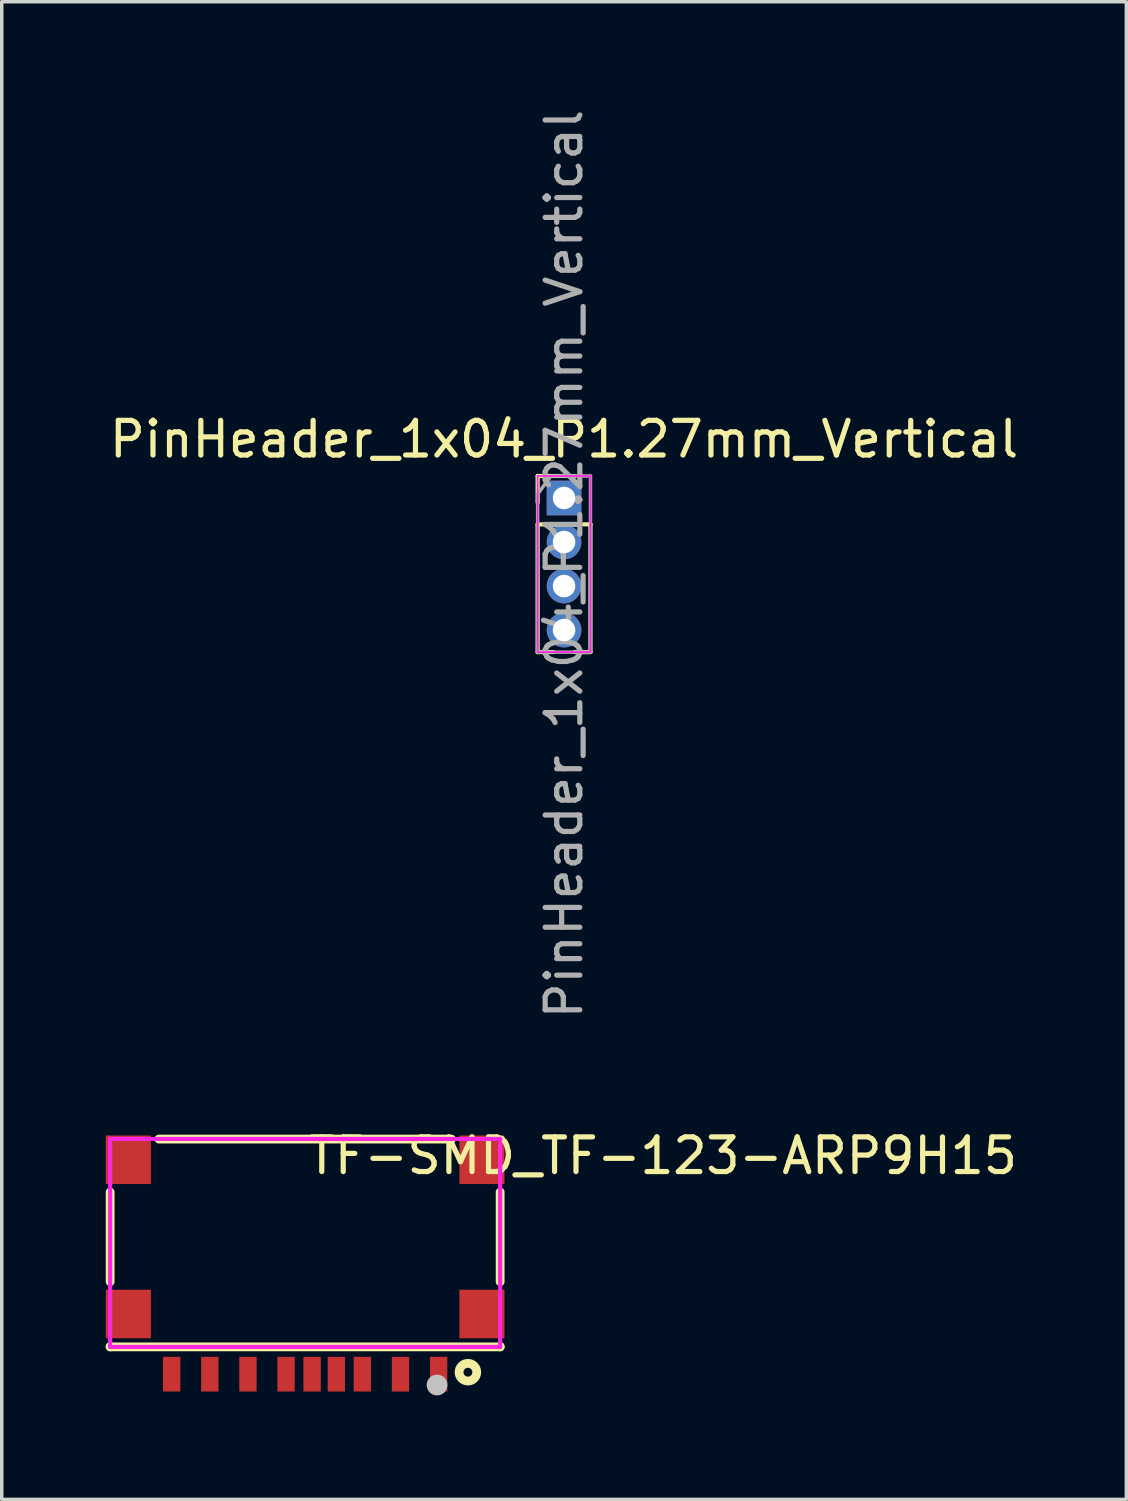
<source format=kicad_pcb>
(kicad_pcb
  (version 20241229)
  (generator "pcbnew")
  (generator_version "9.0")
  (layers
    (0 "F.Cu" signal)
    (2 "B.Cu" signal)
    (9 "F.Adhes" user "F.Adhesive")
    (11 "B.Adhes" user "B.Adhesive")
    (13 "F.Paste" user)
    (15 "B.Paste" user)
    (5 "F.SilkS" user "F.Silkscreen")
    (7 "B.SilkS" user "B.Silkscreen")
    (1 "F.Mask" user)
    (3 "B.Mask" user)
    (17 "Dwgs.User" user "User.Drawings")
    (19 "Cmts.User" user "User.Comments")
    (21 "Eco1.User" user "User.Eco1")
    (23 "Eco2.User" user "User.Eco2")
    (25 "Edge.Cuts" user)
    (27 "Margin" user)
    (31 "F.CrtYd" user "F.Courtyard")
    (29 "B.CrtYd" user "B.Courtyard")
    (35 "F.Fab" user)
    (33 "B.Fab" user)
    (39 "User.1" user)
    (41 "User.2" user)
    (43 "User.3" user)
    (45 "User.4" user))
  (footprint "TF-SMD_TF-123-ARP9H15"
    (layer "F.Cu")
    (at 5.752 33.496)
    (property "Reference" "TF-SMD_TF-123-ARP9H15" (at 0 -3.207 0) (layer "F.SilkS") (effects (font (size 1 1) (thickness 0.15)) (justify left)))
    (attr through_hole)
    (fp_line (start -5.625 0.426) (end -5.625 -2.161) (stroke (width 0.254) (type solid)) (layer "F.SilkS"))
    (fp_line (start -5.625 2.305) (end -5.625 2.289) (stroke (width 0.254) (type solid)) (layer "F.SilkS"))
    (fp_line (start -4.219 -3.69) (end 4.219 -3.69) (stroke (width 0.254) (type solid)) (layer "F.SilkS"))
    (fp_line (start 5.625 -2.161) (end 5.625 0.426) (stroke (width 0.254) (type solid)) (layer "F.SilkS"))
    (fp_line (start 5.625 2.289) (end 5.625 2.305) (stroke (width 0.254) (type solid)) (layer "F.SilkS"))
    (fp_line (start 5.625 2.305) (end -5.625 2.305) (stroke (width 0.254) (type solid)) (layer "F.SilkS"))
    (fp_circle (center 4.695 3.035) (end 4.95 3.035) (stroke (width 0.254) (type solid)) (fill no) (layer "F.SilkS"))
    (fp_circle (center 3.805 3.405) (end 3.955 3.405) (stroke (width 0.3) (type solid)) (fill no) (layer "Dwgs.User"))
    (fp_line (start -4 2.3) (end -3.7 2.3) (stroke (width 0.12) (type solid)) (layer "Eco2.User"))
    (fp_line (start -4 2.88) (end -4 2.3) (stroke (width 0.12) (type solid)) (layer "Eco2.User"))
    (fp_line (start -3.7 2.3) (end -3.7 2.88) (stroke (width 0.12) (type solid)) (layer "Eco2.User"))
    (fp_line (start -3.7 2.88) (end -4 2.88) (stroke (width 0.12) (type solid)) (layer "Eco2.User"))
    (fp_line (start -2.9 2.3) (end -2.6 2.3) (stroke (width 0.12) (type solid)) (layer "Eco2.User"))
    (fp_line (start -2.9 2.88) (end -2.9 2.3) (stroke (width 0.12) (type solid)) (layer "Eco2.User"))
    (fp_line (start -2.6 2.3) (end -2.6 2.88) (stroke (width 0.12) (type solid)) (layer "Eco2.User"))
    (fp_line (start -2.6 2.88) (end -2.9 2.88) (stroke (width 0.12) (type solid)) (layer "Eco2.User"))
    (fp_line (start -1.8 2.3) (end -1.5 2.3) (stroke (width 0.12) (type solid)) (layer "Eco2.User"))
    (fp_line (start -1.8 2.88) (end -1.8 2.3) (stroke (width 0.12) (type solid)) (layer "Eco2.User"))
    (fp_line (start -1.5 2.3) (end -1.5 2.88) (stroke (width 0.12) (type solid)) (layer "Eco2.User"))
    (fp_line (start -1.5 2.88) (end -1.8 2.88) (stroke (width 0.12) (type solid)) (layer "Eco2.User"))
    (fp_line (start -0.7 2.3) (end -0.4 2.3) (stroke (width 0.12) (type solid)) (layer "Eco2.User"))
    (fp_line (start -0.7 2.88) (end -0.7 2.3) (stroke (width 0.12) (type solid)) (layer "Eco2.User"))
    (fp_line (start -0.4 2.3) (end -0.4 2.88) (stroke (width 0.12) (type solid)) (layer "Eco2.User"))
    (fp_line (start -0.4 2.88) (end -0.7 2.88) (stroke (width 0.12) (type solid)) (layer "Eco2.User"))
    (fp_line (start 0.05 2.3) (end 0.35 2.3) (stroke (width 0.12) (type solid)) (layer "Eco2.User"))
    (fp_line (start 0.05 2.88) (end 0.05 2.3) (stroke (width 0.12) (type solid)) (layer "Eco2.User"))
    (fp_line (start 0.35 2.3) (end 0.35 2.88) (stroke (width 0.12) (type solid)) (layer "Eco2.User"))
    (fp_line (start 0.35 2.88) (end 0.05 2.88) (stroke (width 0.12) (type solid)) (layer "Eco2.User"))
    (fp_line (start 0.75 2.3) (end 1.05 2.3) (stroke (width 0.12) (type solid)) (layer "Eco2.User"))
    (fp_line (start 0.75 2.88) (end 0.75 2.3) (stroke (width 0.12) (type solid)) (layer "Eco2.User"))
    (fp_line (start 1.05 2.3) (end 1.05 2.88) (stroke (width 0.12) (type solid)) (layer "Eco2.User"))
    (fp_line (start 1.05 2.88) (end 0.75 2.88) (stroke (width 0.12) (type solid)) (layer "Eco2.User"))
    (fp_line (start 1.5 2.3) (end 1.8 2.3) (stroke (width 0.12) (type solid)) (layer "Eco2.User"))
    (fp_line (start 1.5 2.88) (end 1.5 2.3) (stroke (width 0.12) (type solid)) (layer "Eco2.User"))
    (fp_line (start 1.8 2.3) (end 1.8 2.88) (stroke (width 0.12) (type solid)) (layer "Eco2.User"))
    (fp_line (start 1.8 2.88) (end 1.5 2.88) (stroke (width 0.12) (type solid)) (layer "Eco2.User"))
    (fp_line (start 2.6 2.3) (end 2.9 2.3) (stroke (width 0.12) (type solid)) (layer "Eco2.User"))
    (fp_line (start 2.6 2.88) (end 2.6 2.3) (stroke (width 0.12) (type solid)) (layer "Eco2.User"))
    (fp_line (start 2.9 2.3) (end 2.9 2.88) (stroke (width 0.12) (type solid)) (layer "Eco2.User"))
    (fp_line (start 2.9 2.88) (end 2.6 2.88) (stroke (width 0.12) (type solid)) (layer "Eco2.User"))
    (fp_line (start 3.7 2.3) (end 4 2.3) (stroke (width 0.12) (type solid)) (layer "Eco2.User"))
    (fp_line (start 3.7 2.88) (end 3.7 2.3) (stroke (width 0.12) (type solid)) (layer "Eco2.User"))
    (fp_line (start 4 2.3) (end 4 2.88) (stroke (width 0.12) (type solid)) (layer "Eco2.User"))
    (fp_line (start 4 2.88) (end 3.7 2.88) (stroke (width 0.12) (type solid)) (layer "Eco2.User"))
    (fp_circle (center 5.625 3.307) (end 5.655 3.307) (stroke (width 0.06) (type solid)) (fill no) (layer "Eco2.User"))
    (fp_poly (pts (xy -5.625 -3.492) (xy -4.825 -3.492) (xy -4.825 -2.692) (xy -5.625 -2.692)) (stroke (width 0.12) (type solid)) (fill no) (layer "Eco2.User"))
    (fp_poly (pts (xy -5.625 0.957) (xy -4.825 0.957) (xy -4.825 1.757) (xy -5.625 1.757)) (stroke (width 0.12) (type solid)) (fill no) (layer "Eco2.User"))
    (fp_poly (pts (xy -4 2.877) (xy -3.7 2.877) (xy -3.7 3.307) (xy -4 3.307)) (stroke (width 0.12) (type solid)) (fill no) (layer "Eco2.User"))
    (fp_poly (pts (xy -2.9 2.877) (xy -2.6 2.877) (xy -2.6 3.307) (xy -2.9 3.307)) (stroke (width 0.12) (type solid)) (fill no) (layer "Eco2.User"))
    (fp_poly (pts (xy -1.8 2.877) (xy -1.5 2.877) (xy -1.5 3.307) (xy -1.8 3.307)) (stroke (width 0.12) (type solid)) (fill no) (layer "Eco2.User"))
    (fp_poly (pts (xy -0.7 2.877) (xy -0.4 2.877) (xy -0.4 3.307) (xy -0.7 3.307)) (stroke (width 0.12) (type solid)) (fill no) (layer "Eco2.User"))
    (fp_poly (pts (xy 0.05 2.877) (xy 0.35 2.877) (xy 0.35 3.307) (xy 0.05 3.307)) (stroke (width 0.12) (type solid)) (fill no) (layer "Eco2.User"))
    (fp_poly (pts (xy 0.75 2.877) (xy 1.05 2.877) (xy 1.05 3.307) (xy 0.75 3.307)) (stroke (width 0.12) (type solid)) (fill no) (layer "Eco2.User"))
    (fp_poly (pts (xy 1.5 2.877) (xy 1.8 2.877) (xy 1.8 3.307) (xy 1.5 3.307)) (stroke (width 0.12) (type solid)) (fill no) (layer "Eco2.User"))
    (fp_poly (pts (xy 2.6 2.877) (xy 2.9 2.877) (xy 2.9 3.307) (xy 2.6 3.307)) (stroke (width 0.12) (type solid)) (fill no) (layer "Eco2.User"))
    (fp_poly (pts (xy 3.7 2.877) (xy 4 2.877) (xy 4 3.307) (xy 3.7 3.307)) (stroke (width 0.12) (type solid)) (fill no) (layer "Eco2.User"))
    (fp_poly (pts (xy 4.825 -3.492) (xy 5.625 -3.492) (xy 5.625 -2.692) (xy 4.825 -2.692)) (stroke (width 0.12) (type solid)) (fill no) (layer "Eco2.User"))
    (fp_poly (pts (xy 4.825 0.957) (xy 5.625 0.957) (xy 5.625 1.757) (xy 4.825 1.757)) (stroke (width 0.12) (type solid)) (fill no) (layer "Eco2.User"))
    (fp_line (start -5.625 -3.693) (end 5.625 -3.693) (stroke (width 0.12) (type solid)) (layer "F.CrtYd"))
    (fp_line (start -5.625 2.307) (end -5.625 -3.693) (stroke (width 0.12) (type solid)) (layer "F.CrtYd"))
    (fp_line (start 5.625 -3.693) (end 5.625 2.307) (stroke (width 0.12) (type solid)) (layer "F.CrtYd"))
    (fp_line (start 5.625 2.307) (end -5.625 2.307) (stroke (width 0.12) (type solid)) (layer "F.CrtYd"))
    (pad "1" smd rect (at 3.85 3.092) (size 0.5 1) (layers "F.Cu" "F.Mask" "F.Paste"))
    (pad "2" smd rect (at 2.75 3.092) (size 0.5 1) (layers "F.Cu" "F.Mask" "F.Paste"))
    (pad "3" smd rect (at 1.65 3.092) (size 0.5 1) (layers "F.Cu" "F.Mask" "F.Paste"))
    (pad "4" smd rect (at 0.9 3.092) (size 0.5 1) (layers "F.Cu" "F.Mask" "F.Paste"))
    (pad "5" smd rect (at -0.55 3.092) (size 0.5 1) (layers "F.Cu" "F.Mask" "F.Paste"))
    (pad "6" smd rect (at -1.65 3.092) (size 0.5 1) (layers "F.Cu" "F.Mask" "F.Paste"))
    (pad "7" smd rect (at -2.75 3.092) (size 0.5 1) (layers "F.Cu" "F.Mask" "F.Paste"))
    (pad "8" smd rect (at -3.85 3.092) (size 0.5 1) (layers "F.Cu" "F.Mask" "F.Paste"))
    (pad "9" smd rect (at 0.2 3.092) (size 0.5 1) (layers "F.Cu" "F.Mask" "F.Paste"))
    (pad "10" smd rect (at -5.1 1.357) (size 1.3 1.4) (layers "F.Cu" "F.Mask" "F.Paste"))
    (pad "11" smd rect (at -5.1 -3.092) (size 1.3 1.4) (layers "F.Cu" "F.Mask" "F.Paste"))
    (pad "12" smd rect (at 5.1 -3.092) (size 1.3 1.4) (layers "F.Cu" "F.Mask" "F.Paste"))
    (pad "13" smd rect (at 5.1 1.357) (size 1.3 1.4) (layers "F.Cu" "F.Mask" "F.Paste")))
  (footprint "PinHeader_1x04_P1.27mm_Vertical"
    (layer "F.Cu")
    (at 13.22 11.315)
    (property "Reference" "PinHeader_1x04_P1.27mm_Vertical" (at 0 -1.695 0) (layer "F.SilkS") (effects (font (size 1 1) (thickness 0.15))))
    (attr through_hole)
    (fp_line (start -0.762 -0.634) (end 0.301 -0.635) (stroke (width 0.12) (type solid)) (layer "F.SilkS"))
    (fp_line (start -0.762 0.126) (end -0.762 -0.634) (stroke (width 0.12) (type solid)) (layer "F.SilkS"))
    (fp_line (start -0.762 0.762) (end -0.762 4.446) (stroke (width 0.12) (type solid)) (layer "F.SilkS"))
    (fp_line (start -0.762 0.762) (end -0.563 0.76) (stroke (width 0.12) (type solid)) (layer "F.SilkS"))
    (fp_line (start -0.762 4.446) (end -0.308 4.444) (stroke (width 0.12) (type solid)) (layer "F.SilkS"))
    (fp_line (start 0.308 4.445) (end 0.762 4.445) (stroke (width 0.12) (type solid)) (layer "F.SilkS"))
    (fp_line (start 0.563 0.76) (end 0.762 0.76) (stroke (width 0.12) (type solid)) (layer "F.SilkS"))
    (fp_line (start 0.762 0.76) (end 0.762 4.445) (stroke (width 0.12) (type solid)) (layer "F.SilkS"))
    (fp_line (start -0.762 -0.635) (end -0.762 4.445) (stroke (width 0.05) (type solid)) (layer "F.CrtYd"))
    (fp_line (start -0.762 4.445) (end 0.762 4.445) (stroke (width 0.05) (type solid)) (layer "F.CrtYd"))
    (fp_line (start 0.762 -0.635) (end -0.762 -0.635) (stroke (width 0.05) (type solid)) (layer "F.CrtYd"))
    (fp_line (start 0.762 4.445) (end 0.762 -0.635) (stroke (width 0.05) (type solid)) (layer "F.CrtYd"))
    (fp_line (start -0.762 -0.11) (end -0.381 -0.635) (stroke (width 0.1) (type solid)) (layer "F.Fab"))
    (fp_line (start -0.762 4.445) (end -0.762 -0.11) (stroke (width 0.1) (type solid)) (layer "F.Fab"))
    (fp_line (start -0.381 -0.635) (end 0.762 -0.635) (stroke (width 0.1) (type solid)) (layer "F.Fab"))
    (fp_line (start 0.762 -0.635) (end 0.762 4.445) (stroke (width 0.1) (type solid)) (layer "F.Fab"))
    (fp_line (start 0.762 4.445) (end -0.762 4.445) (stroke (width 0.1) (type solid)) (layer "F.Fab"))
    (fp_text user "${REFERENCE}" (at 0 1.905 90) (layer "F.Fab") (effects (font (size 1 1) (thickness 0.15))))
    (pad "1" thru_hole rect (at 0 0) (size 1 1) (drill 0.65) (layers "*.Cu" "*.Mask"))
    (pad "2" thru_hole oval (at 0 1.27) (size 1 1) (drill 0.65) (layers "*.Cu" "*.Mask"))
    (pad "3" thru_hole oval (at 0 2.54) (size 1 1) (drill 0.65) (layers "*.Cu" "*.Mask"))
    (pad "4" thru_hole oval (at 0 3.81) (size 1 1) (drill 0.65) (layers "*.Cu" "*.Mask")))
  (gr_rect
    (start -3 -3)
    (end 29.44 40.201)
    (stroke (width 0.1) (type default))
    (fill no)
    (layer "Edge.Cuts")))
</source>
